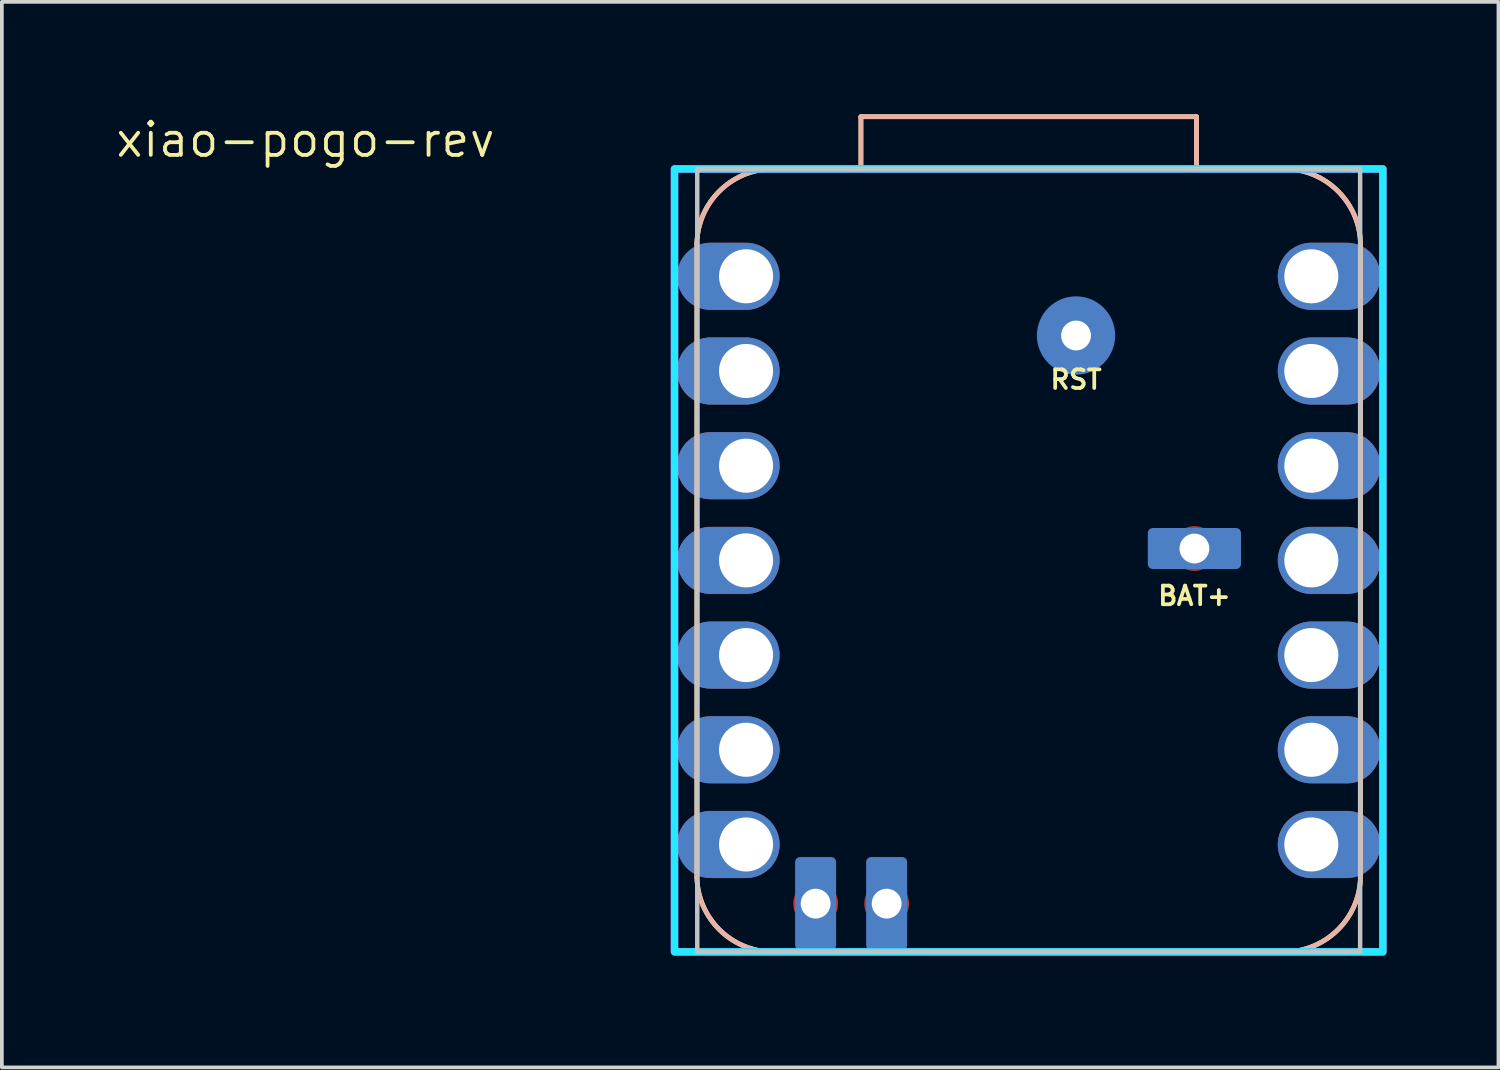
<source format=kicad_pcb>
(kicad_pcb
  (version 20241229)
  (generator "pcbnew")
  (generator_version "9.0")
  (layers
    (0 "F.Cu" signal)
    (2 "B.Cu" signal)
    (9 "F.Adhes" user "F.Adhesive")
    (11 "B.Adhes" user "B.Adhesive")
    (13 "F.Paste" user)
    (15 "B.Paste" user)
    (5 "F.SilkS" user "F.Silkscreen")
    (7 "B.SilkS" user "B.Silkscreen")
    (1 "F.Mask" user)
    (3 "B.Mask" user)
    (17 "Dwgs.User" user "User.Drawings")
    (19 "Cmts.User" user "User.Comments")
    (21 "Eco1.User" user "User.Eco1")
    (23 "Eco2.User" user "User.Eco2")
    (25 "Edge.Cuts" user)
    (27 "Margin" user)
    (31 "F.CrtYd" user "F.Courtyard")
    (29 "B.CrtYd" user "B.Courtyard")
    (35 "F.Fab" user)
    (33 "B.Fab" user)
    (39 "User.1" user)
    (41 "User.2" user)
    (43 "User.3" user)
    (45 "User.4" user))
  (footprint "xiao-pogo-rev"
    (layer "F.Cu")
    (at 24.542 11.981)
    (property "Reference" "xiao-pogo-rev" (at -19.399 -11.283 0) (layer "F.SilkS") (effects (font (size 0.889 0.889) (thickness 0.102))))
    (attr through_hole exclude_from_pos_files)
    (fp_line (start -8.9 -8.5) (end -8.9 8.5) (stroke (width 0.127) (type solid)) (layer "F.SilkS"))
    (fp_line (start -6.9 -10.5) (end -4.5 -10.5) (stroke (width 0.127) (type default)) (layer "F.SilkS"))
    (fp_line (start -6.9 10.5) (end 6.9 10.5) (stroke (width 0.127) (type solid)) (layer "F.SilkS"))
    (fp_line (start -4.5 -11.9) (end 4.5 -11.9) (stroke (width 0.127) (type default)) (layer "F.SilkS"))
    (fp_line (start -4.5 -10.5) (end -4.5 -11.9) (stroke (width 0.127) (type default)) (layer "F.SilkS"))
    (fp_line (start 4.5 -11.9) (end 4.5 -10.5) (stroke (width 0.127) (type default)) (layer "F.SilkS"))
    (fp_line (start 4.5 -10.5) (end 6.9 -10.5) (stroke (width 0.127) (type default)) (layer "F.SilkS"))
    (fp_line (start 8.9 8.5) (end 8.9 -8.5) (stroke (width 0.127) (type solid)) (layer "F.SilkS"))
    (fp_arc (start -8.9 -8.5) (mid -8.3 -9.9) (end -6.9 -10.5) (stroke (width 0.127) (type solid)) (layer "F.SilkS"))
    (fp_arc (start -6.9 10.5) (mid -8.3 9.9) (end -8.9 8.5) (stroke (width 0.127) (type solid)) (layer "F.SilkS"))
    (fp_arc (start 6.9 -10.5) (mid 8.3 -9.9) (end 8.9 -8.5) (stroke (width 0.127) (type solid)) (layer "F.SilkS"))
    (fp_arc (start 8.9 8.5) (mid 8.3 9.9) (end 6.9 10.5) (stroke (width 0.127) (type solid)) (layer "F.SilkS"))
    (fp_line (start -8.9 8.5) (end -8.9 -8.5) (stroke (width 0.127) (type solid)) (layer "B.SilkS"))
    (fp_line (start -4.5 -11.9) (end -4.5 -10.5) (stroke (width 0.127) (type default)) (layer "B.SilkS"))
    (fp_line (start -4.5 -10.5) (end -6.9 -10.5) (stroke (width 0.127) (type default)) (layer "B.SilkS"))
    (fp_line (start 4.5 -11.9) (end -4.5 -11.9) (stroke (width 0.127) (type default)) (layer "B.SilkS"))
    (fp_line (start 4.5 -10.5) (end 4.5 -11.9) (stroke (width 0.127) (type default)) (layer "B.SilkS"))
    (fp_line (start 6.9 -10.5) (end 4.5 -10.5) (stroke (width 0.127) (type default)) (layer "B.SilkS"))
    (fp_line (start 6.9 10.5) (end -6.9 10.5) (stroke (width 0.127) (type solid)) (layer "B.SilkS"))
    (fp_line (start 8.9 -8.5) (end 8.9 8.5) (stroke (width 0.127) (type solid)) (layer "B.SilkS"))
    (fp_arc (start -8.9 -8.5) (mid -8.3 -9.9) (end -6.9 -10.5) (stroke (width 0.127) (type solid)) (layer "B.SilkS"))
    (fp_arc (start -6.899999 10.5) (mid -8.3 9.9) (end -8.9 8.5) (stroke (width 0.127) (type solid)) (layer "B.SilkS"))
    (fp_arc (start 6.9 -10.499999) (mid 8.300001 -9.899999) (end 8.900001 -8.499999) (stroke (width 0.127) (type solid)) (layer "B.SilkS"))
    (fp_arc (start 8.9 8.5) (mid 8.3 9.9) (end 6.9 10.499998) (stroke (width 0.127) (type solid)) (layer "B.SilkS"))
    (fp_rect (start -8.89 10.5) (end 8.89 -10.5) (stroke (width 0.12) (type solid)) (fill no) (layer "Dwgs.User"))
    (fp_rect (start -9.5 -10.5) (end 9.5 10.5) (stroke (width 0.2) (type solid)) (fill no) (layer "B.CrtYd"))
    (fp_rect (start -9.5 -10.5) (end 9.5 10.5) (stroke (width 0.2) (type solid)) (fill no) (layer "F.CrtYd"))
    (fp_text user "BAT+" (at 4.445 0.95 0) (unlocked yes) (layer "F.SilkS") (effects (font (size 0.5 0.5) (thickness 0.1))))
    (fp_text user "RST" (at 1.27 -4.85 0) (unlocked yes) (layer "F.SilkS") (effects (font (size 0.5 0.5) (thickness 0.1))))
    (pad "3V3" thru_hole oval (at 7.581 -2.54 180) (size 2.75 1.8) (drill 1.45 (offset -0.475 0)) (layers "*.Cu" "*.Mask"))
    (pad "5V" thru_hole oval (at 7.581 -7.62 180) (size 2.75 1.8) (drill 1.45 (offset -0.475 0)) (layers "*.Cu" "*.Mask"))
    (pad "18" thru_hole circle (at 1.27 -6.032) (size 1.2 1.2) (drill 0.8) (layers "*.Cu" "*.Mask") (remove_unused_layers yes) (keep_end_layers yes) (zone_layer_connections) (padstack (mode custom) (layer "B.Cu" (shape circle) (size 2.1 2.1))))
    (pad "BAT_P" thru_hole circle (at 4.445 -0.318) (size 1.2 1.2) (drill 0.8) (layers "*.Cu" "*.Mask") (remove_unused_layers yes) (keep_end_layers yes) (zone_layer_connections) (padstack (mode custom) (layer "B.Cu" (shape roundrect) (size 2.5 1.1) (roundrect_rratio 0.119))))
    (pad "GND" thru_hole oval (at 7.581 -5.08 180) (size 2.75 1.8) (drill 1.45 (offset -0.475 0)) (layers "*.Cu" "*.Mask"))
    (pad "NFC1" thru_hole circle (at -5.715 9.207 270) (size 1.2 1.2) (drill 0.8) (layers "*.Cu" "*.Mask") (remove_unused_layers yes) (keep_end_layers yes) (zone_layer_connections) (padstack (mode custom) (layer "B.Cu" (shape roundrect) (size 2.5 1.1) (roundrect_rratio 0.119))))
    (pad "NFC2" thru_hole circle (at -3.81 9.207 270) (size 1.2 1.2) (drill 0.8) (layers "*.Cu" "*.Mask") (remove_unused_layers yes) (keep_end_layers yes) (zone_layer_connections) (padstack (mode custom) (layer "B.Cu" (shape roundrect) (size 2.5 1.1) (roundrect_rratio 0.119))))
    (pad "P0" thru_hole oval (at -7.581 -7.62) (size 2.75 1.8) (drill 1.45 (offset -0.475 0)) (layers "*.Cu" "*.Mask"))
    (pad "P1" thru_hole oval (at -7.581 -5.08) (size 2.75 1.8) (drill 1.45 (offset -0.475 0)) (layers "*.Cu" "*.Mask"))
    (pad "P2" thru_hole oval (at -7.581 -2.54) (size 2.75 1.8) (drill 1.45 (offset -0.475 0)) (layers "*.Cu" "*.Mask"))
    (pad "P3" thru_hole oval (at -7.581 0) (size 2.75 1.8) (drill 1.45 (offset -0.475 0)) (layers "*.Cu" "*.Mask"))
    (pad "P4" thru_hole oval (at -7.581 2.54) (size 2.75 1.8) (drill 1.45 (offset -0.475 0)) (layers "*.Cu" "*.Mask"))
    (pad "P5" thru_hole oval (at -7.581 5.08) (size 2.75 1.8) (drill 1.45 (offset -0.475 0)) (layers "*.Cu" "*.Mask"))
    (pad "P6" thru_hole oval (at -7.581 7.62) (size 2.75 1.8) (drill 1.45 (offset -0.475 0)) (layers "*.Cu" "*.Mask"))
    (pad "P7" thru_hole oval (at 7.581 7.62 180) (size 2.75 1.8) (drill 1.45 (offset -0.475 0)) (layers "*.Cu" "*.Mask"))
    (pad "P8" thru_hole oval (at 7.581 5.08 180) (size 2.75 1.8) (drill 1.45 (offset -0.475 0)) (layers "*.Cu" "*.Mask"))
    (pad "P9" thru_hole oval (at 7.581 2.54 180) (size 2.75 1.8) (drill 1.45 (offset -0.475 0)) (layers "*.Cu" "*.Mask"))
    (pad "P10" thru_hole oval (at 7.581 0 180) (size 2.75 1.8) (drill 1.45 (offset -0.475 0)) (layers "*.Cu" "*.Mask")))
  (gr_rect
    (start -3 -3)
    (end 37.142 25.581)
    (stroke (width 0.1) (type default))
    (fill no)
    (layer "Edge.Cuts")))
</source>
